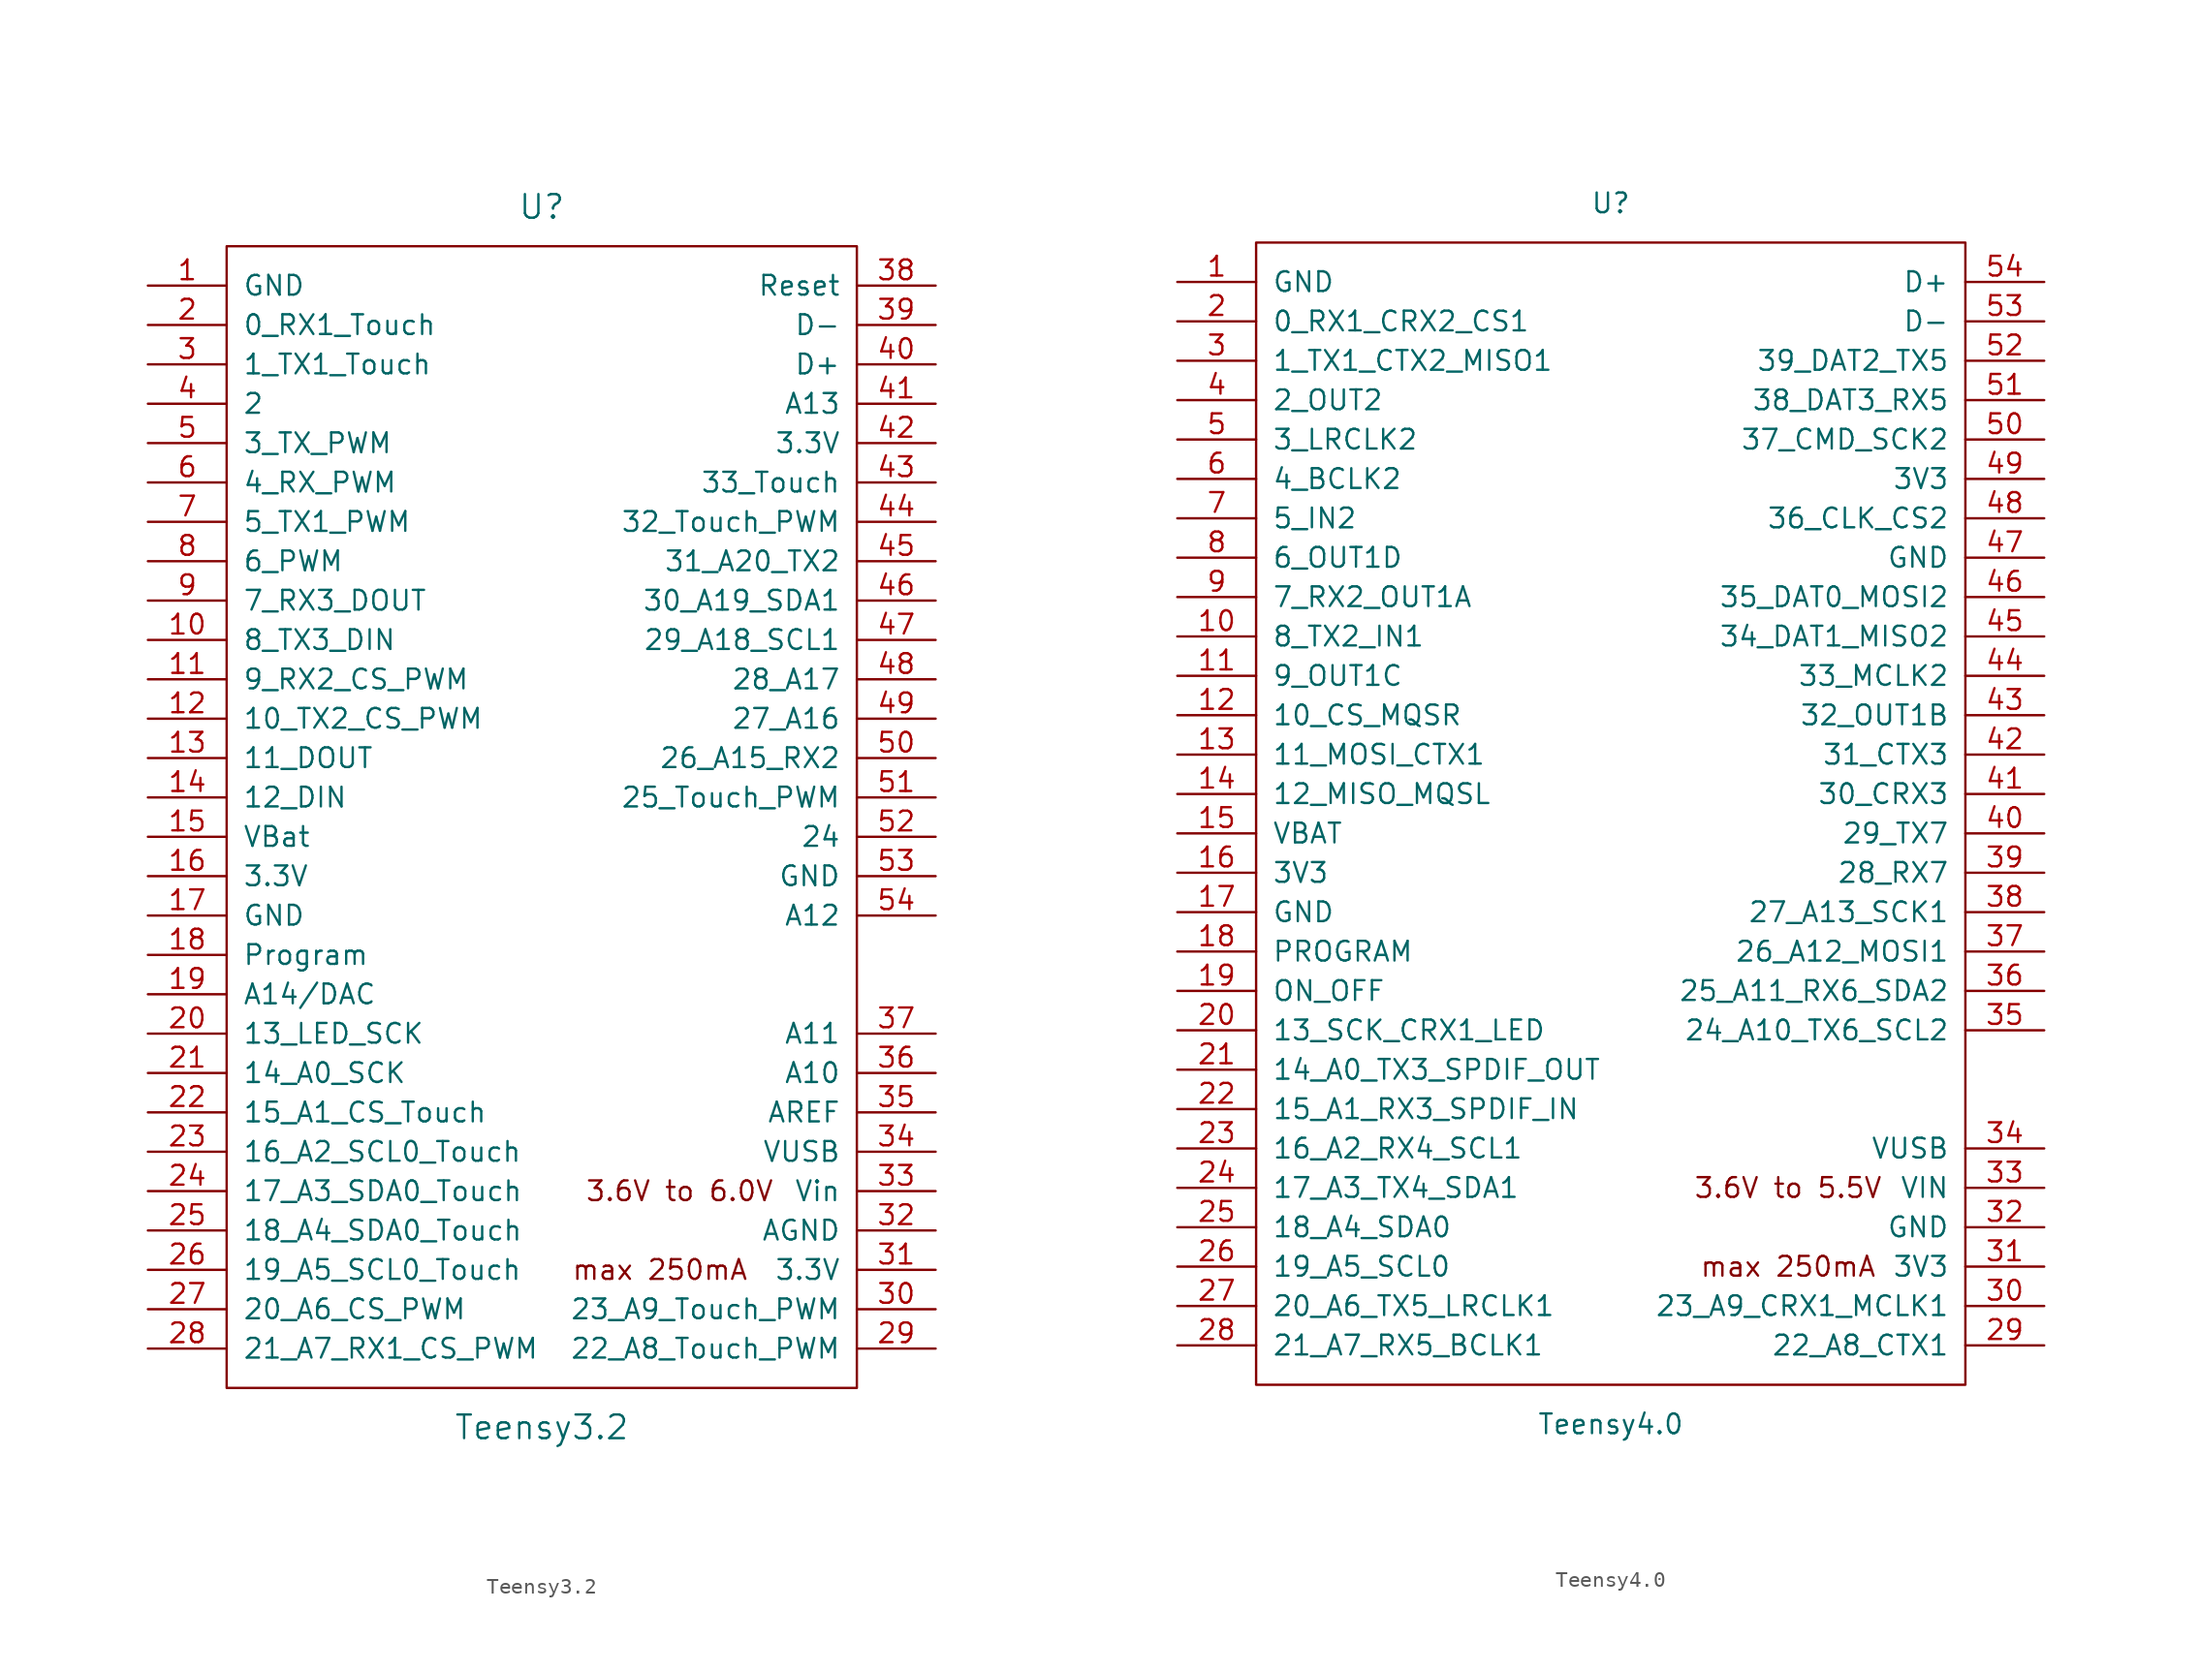
<source format=kicad_sym>
(kicad_symbol_lib
  (version 20231120)
  (generator "kicad_symbol_editor")
  (generator_version "8.0")
  (symbol "Teensy3.2"
    (pin_names
      (offset 1.016))
    (property "Reference" "U"
      (at 0 39.37 0)
      (effects (font (size 1.524 1.524))))
    (property "Value" "Teensy3.2"
      (at 0 -39.37 0)
      (effects (font (size 1.524 1.524))))
    (property "Footprint" ""
      (at 0 -19.05 0)
      (effects (font (size 1.524 1.524))))
    (property "Datasheet" ""
      (at 0 -19.05 0)
      (effects (font (size 1.524 1.524))))
    (symbol "Teensy3.2_0_0"
      (text "3.6V to 6.0V" (at 8.89 -24.13 0) (effects (font (size 1.27 1.27))))
      (text "max 250mA" (at 7.62 -29.21 0) (effects (font (size 1.27 1.27)))))
    (symbol "Teensy3.2_0_1"
      (rectangle (start -20.32 -36.83) (end 20.32 36.83) (stroke (width 0) (type solid)) (fill (type none))))
    (symbol "Teensy3.2_1_1"
      (pin power_in line (at -25.4 34.29 0) (length 5.08) (name "GND" (effects (font (size 1.27 1.27)))) (number "1" (effects (font (size 1.27 1.27)))))
      (pin bidirectional line (at -25.4 11.43 0) (length 5.08) (name "8_TX3_DIN" (effects (font (size 1.27 1.27)))) (number "10" (effects (font (size 1.27 1.27)))))
      (pin bidirectional line (at -25.4 8.89 0) (length 5.08) (name "9_RX2_CS_PWM" (effects (font (size 1.27 1.27)))) (number "11" (effects (font (size 1.27 1.27)))))
      (pin bidirectional line (at -25.4 6.35 0) (length 5.08) (name "10_TX2_CS_PWM" (effects (font (size 1.27 1.27)))) (number "12" (effects (font (size 1.27 1.27)))))
      (pin bidirectional line (at -25.4 3.81 0) (length 5.08) (name "11_DOUT" (effects (font (size 1.27 1.27)))) (number "13" (effects (font (size 1.27 1.27)))))
      (pin bidirectional line (at -25.4 1.27 0) (length 5.08) (name "12_DIN" (effects (font (size 1.27 1.27)))) (number "14" (effects (font (size 1.27 1.27)))))
      (pin power_in line (at -25.4 -1.27 0) (length 5.08) (name "VBat" (effects (font (size 1.27 1.27)))) (number "15" (effects (font (size 1.27 1.27)))))
      (pin power_out line (at -25.4 -3.81 0) (length 5.08) (name "3.3V" (effects (font (size 1.27 1.27)))) (number "16" (effects (font (size 1.27 1.27)))))
      (pin power_in line (at -25.4 -6.35 0) (length 5.08) (name "GND" (effects (font (size 1.27 1.27)))) (number "17" (effects (font (size 1.27 1.27)))))
      (pin input line (at -25.4 -8.89 0) (length 5.08) (name "Program" (effects (font (size 1.27 1.27)))) (number "18" (effects (font (size 1.27 1.27)))))
      (pin bidirectional line (at -25.4 -11.43 0) (length 5.08) (name "A14/DAC" (effects (font (size 1.27 1.27)))) (number "19" (effects (font (size 1.27 1.27)))))
      (pin bidirectional line (at -25.4 31.75 0) (length 5.08) (name "0_RX1_Touch" (effects (font (size 1.27 1.27)))) (number "2" (effects (font (size 1.27 1.27)))))
      (pin bidirectional line (at -25.4 -13.97 0) (length 5.08) (name "13_LED_SCK" (effects (font (size 1.27 1.27)))) (number "20" (effects (font (size 1.27 1.27)))))
      (pin bidirectional line (at -25.4 -16.51 0) (length 5.08) (name "14_A0_SCK" (effects (font (size 1.27 1.27)))) (number "21" (effects (font (size 1.27 1.27)))))
      (pin bidirectional line (at -25.4 -19.05 0) (length 5.08) (name "15_A1_CS_Touch" (effects (font (size 1.27 1.27)))) (number "22" (effects (font (size 1.27 1.27)))))
      (pin bidirectional line (at -25.4 -21.59 0) (length 5.08) (name "16_A2_SCL0_Touch" (effects (font (size 1.27 1.27)))) (number "23" (effects (font (size 1.27 1.27)))))
      (pin bidirectional line (at -25.4 -24.13 0) (length 5.08) (name "17_A3_SDA0_Touch" (effects (font (size 1.27 1.27)))) (number "24" (effects (font (size 1.27 1.27)))))
      (pin bidirectional line (at -25.4 -26.67 0) (length 5.08) (name "18_A4_SDA0_Touch" (effects (font (size 1.27 1.27)))) (number "25" (effects (font (size 1.27 1.27)))))
      (pin bidirectional line (at -25.4 -29.21 0) (length 5.08) (name "19_A5_SCL0_Touch" (effects (font (size 1.27 1.27)))) (number "26" (effects (font (size 1.27 1.27)))))
      (pin bidirectional line (at -25.4 -31.75 0) (length 5.08) (name "20_A6_CS_PWM" (effects (font (size 1.27 1.27)))) (number "27" (effects (font (size 1.27 1.27)))))
      (pin bidirectional line (at -25.4 -34.29 0) (length 5.08) (name "21_A7_RX1_CS_PWM" (effects (font (size 1.27 1.27)))) (number "28" (effects (font (size 1.27 1.27)))))
      (pin bidirectional line (at 25.4 -34.29 180) (length 5.08) (name "22_A8_Touch_PWM" (effects (font (size 1.27 1.27)))) (number "29" (effects (font (size 1.27 1.27)))))
      (pin bidirectional line (at -25.4 29.21 0) (length 5.08) (name "1_TX1_Touch" (effects (font (size 1.27 1.27)))) (number "3" (effects (font (size 1.27 1.27)))))
      (pin bidirectional line (at 25.4 -31.75 180) (length 5.08) (name "23_A9_Touch_PWM" (effects (font (size 1.27 1.27)))) (number "30" (effects (font (size 1.27 1.27)))))
      (pin power_out line (at 25.4 -29.21 180) (length 5.08) (name "3.3V" (effects (font (size 1.27 1.27)))) (number "31" (effects (font (size 1.27 1.27)))))
      (pin power_out line (at 25.4 -26.67 180) (length 5.08) (name "AGND" (effects (font (size 1.27 1.27)))) (number "32" (effects (font (size 1.27 1.27)))))
      (pin power_in line (at 25.4 -24.13 180) (length 5.08) (name "Vin" (effects (font (size 1.27 1.27)))) (number "33" (effects (font (size 1.27 1.27)))))
      (pin power_in line (at 25.4 -21.59 180) (length 5.08) (name "VUSB" (effects (font (size 1.27 1.27)))) (number "34" (effects (font (size 1.27 1.27)))))
      (pin input line (at 25.4 -19.05 180) (length 5.08) (name "AREF" (effects (font (size 1.27 1.27)))) (number "35" (effects (font (size 1.27 1.27)))))
      (pin bidirectional line (at 25.4 -16.51 180) (length 5.08) (name "A10" (effects (font (size 1.27 1.27)))) (number "36" (effects (font (size 1.27 1.27)))))
      (pin bidirectional line (at 25.4 -13.97 180) (length 5.08) (name "A11" (effects (font (size 1.27 1.27)))) (number "37" (effects (font (size 1.27 1.27)))))
      (pin input line (at 25.4 34.29 180) (length 5.08) (name "Reset" (effects (font (size 1.27 1.27)))) (number "38" (effects (font (size 1.27 1.27)))))
      (pin bidirectional line (at 25.4 31.75 180) (length 5.08) (name "D-" (effects (font (size 1.27 1.27)))) (number "39" (effects (font (size 1.27 1.27)))))
      (pin bidirectional line (at -25.4 26.67 0) (length 5.08) (name "2" (effects (font (size 1.27 1.27)))) (number "4" (effects (font (size 1.27 1.27)))))
      (pin bidirectional line (at 25.4 29.21 180) (length 5.08) (name "D+" (effects (font (size 1.27 1.27)))) (number "40" (effects (font (size 1.27 1.27)))))
      (pin bidirectional line (at 25.4 26.67 180) (length 5.08) (name "A13" (effects (font (size 1.27 1.27)))) (number "41" (effects (font (size 1.27 1.27)))))
      (pin power_out line (at 25.4 24.13 180) (length 5.08) (name "3.3V" (effects (font (size 1.27 1.27)))) (number "42" (effects (font (size 1.27 1.27)))))
      (pin bidirectional line (at 25.4 21.59 180) (length 5.08) (name "33_Touch" (effects (font (size 1.27 1.27)))) (number "43" (effects (font (size 1.27 1.27)))))
      (pin bidirectional line (at 25.4 19.05 180) (length 5.08) (name "32_Touch_PWM" (effects (font (size 1.27 1.27)))) (number "44" (effects (font (size 1.27 1.27)))))
      (pin bidirectional line (at 25.4 16.51 180) (length 5.08) (name "31_A20_TX2" (effects (font (size 1.27 1.27)))) (number "45" (effects (font (size 1.27 1.27)))))
      (pin bidirectional line (at 25.4 13.97 180) (length 5.08) (name "30_A19_SDA1" (effects (font (size 1.27 1.27)))) (number "46" (effects (font (size 1.27 1.27)))))
      (pin bidirectional line (at 25.4 11.43 180) (length 5.08) (name "29_A18_SCL1" (effects (font (size 1.27 1.27)))) (number "47" (effects (font (size 1.27 1.27)))))
      (pin bidirectional line (at 25.4 8.89 180) (length 5.08) (name "28_A17" (effects (font (size 1.27 1.27)))) (number "48" (effects (font (size 1.27 1.27)))))
      (pin bidirectional line (at 25.4 6.35 180) (length 5.08) (name "27_A16" (effects (font (size 1.27 1.27)))) (number "49" (effects (font (size 1.27 1.27)))))
      (pin bidirectional line (at -25.4 24.13 0) (length 5.08) (name "3_TX_PWM" (effects (font (size 1.27 1.27)))) (number "5" (effects (font (size 1.27 1.27)))))
      (pin bidirectional line (at 25.4 3.81 180) (length 5.08) (name "26_A15_RX2" (effects (font (size 1.27 1.27)))) (number "50" (effects (font (size 1.27 1.27)))))
      (pin bidirectional line (at 25.4 1.27 180) (length 5.08) (name "25_Touch_PWM" (effects (font (size 1.27 1.27)))) (number "51" (effects (font (size 1.27 1.27)))))
      (pin bidirectional line (at 25.4 -1.27 180) (length 5.08) (name "24" (effects (font (size 1.27 1.27)))) (number "52" (effects (font (size 1.27 1.27)))))
      (pin power_in line (at 25.4 -3.81 180) (length 5.08) (name "GND" (effects (font (size 1.27 1.27)))) (number "53" (effects (font (size 1.27 1.27)))))
      (pin bidirectional line (at 25.4 -6.35 180) (length 5.08) (name "A12" (effects (font (size 1.27 1.27)))) (number "54" (effects (font (size 1.27 1.27)))))
      (pin bidirectional line (at -25.4 21.59 0) (length 5.08) (name "4_RX_PWM" (effects (font (size 1.27 1.27)))) (number "6" (effects (font (size 1.27 1.27)))))
      (pin bidirectional line (at -25.4 19.05 0) (length 5.08) (name "5_TX1_PWM" (effects (font (size 1.27 1.27)))) (number "7" (effects (font (size 1.27 1.27)))))
      (pin bidirectional line (at -25.4 16.51 0) (length 5.08) (name "6_PWM" (effects (font (size 1.27 1.27)))) (number "8" (effects (font (size 1.27 1.27)))))
      (pin bidirectional line (at -25.4 13.97 0) (length 5.08) (name "7_RX3_DOUT" (effects (font (size 1.27 1.27)))) (number "9" (effects (font (size 1.27 1.27)))))))
  (symbol "Teensy4.0"
    (pin_names
      (offset 1.016))
    (property "Reference" "U"
      (at 0 39.37 0)
      (effects (font (size 1.27 1.27))))
    (property "Value" "Teensy4.0"
      (at 0 -39.37 0)
      (effects (font (size 1.27 1.27))))
    (symbol "Teensy4.0_0_0"
      (text "3.6V to 5.5V" (at 11.43 -24.13 0) (effects (font (size 1.27 1.27))))
      (text "max 250mA" (at 11.43 -29.21 0) (effects (font (size 1.27 1.27))))
      (pin bidirectional line (at -27.94 11.43 0) (length 5.08) (name "8_TX2_IN1" (effects (font (size 1.27 1.27)))) (number "10" (effects (font (size 1.27 1.27)))))
      (pin bidirectional line (at -27.94 8.89 0) (length 5.08) (name "9_OUT1C" (effects (font (size 1.27 1.27)))) (number "11" (effects (font (size 1.27 1.27)))))
      (pin bidirectional line (at -27.94 6.35 0) (length 5.08) (name "10_CS_MQSR" (effects (font (size 1.27 1.27)))) (number "12" (effects (font (size 1.27 1.27)))))
      (pin bidirectional line (at -27.94 3.81 0) (length 5.08) (name "11_MOSI_CTX1" (effects (font (size 1.27 1.27)))) (number "13" (effects (font (size 1.27 1.27)))))
      (pin bidirectional line (at -27.94 1.27 0) (length 5.08) (name "12_MISO_MQSL" (effects (font (size 1.27 1.27)))) (number "14" (effects (font (size 1.27 1.27)))))
      (pin power_in line (at -27.94 -1.27 0) (length 5.08) (name "VBAT" (effects (font (size 1.27 1.27)))) (number "15" (effects (font (size 1.27 1.27)))))
      (pin power_in line (at -27.94 -3.81 0) (length 5.08) (name "3V3" (effects (font (size 1.27 1.27)))) (number "16" (effects (font (size 1.27 1.27)))))
      (pin power_in line (at -27.94 -6.35 0) (length 5.08) (name "GND" (effects (font (size 1.27 1.27)))) (number "17" (effects (font (size 1.27 1.27)))))
      (pin input line (at -27.94 -8.89 0) (length 5.08) (name "PROGRAM" (effects (font (size 1.27 1.27)))) (number "18" (effects (font (size 1.27 1.27)))))
      (pin input line (at -27.94 -11.43 0) (length 5.08) (name "ON_OFF" (effects (font (size 1.27 1.27)))) (number "19" (effects (font (size 1.27 1.27)))))
      (pin bidirectional line (at -27.94 -13.97 0) (length 5.08) (name "13_SCK_CRX1_LED" (effects (font (size 1.27 1.27)))) (number "20" (effects (font (size 1.27 1.27)))))
      (pin bidirectional line (at -27.94 -16.51 0) (length 5.08) (name "14_A0_TX3_SPDIF_OUT" (effects (font (size 1.27 1.27)))) (number "21" (effects (font (size 1.27 1.27)))))
      (pin bidirectional line (at -27.94 -19.05 0) (length 5.08) (name "15_A1_RX3_SPDIF_IN" (effects (font (size 1.27 1.27)))) (number "22" (effects (font (size 1.27 1.27)))))
      (pin bidirectional line (at -27.94 -21.59 0) (length 5.08) (name "16_A2_RX4_SCL1" (effects (font (size 1.27 1.27)))) (number "23" (effects (font (size 1.27 1.27)))))
      (pin bidirectional line (at -27.94 -24.13 0) (length 5.08) (name "17_A3_TX4_SDA1" (effects (font (size 1.27 1.27)))) (number "24" (effects (font (size 1.27 1.27)))))
      (pin bidirectional line (at -27.94 -26.67 0) (length 5.08) (name "18_A4_SDA0" (effects (font (size 1.27 1.27)))) (number "25" (effects (font (size 1.27 1.27)))))
      (pin bidirectional line (at -27.94 -29.21 0) (length 5.08) (name "19_A5_SCL0" (effects (font (size 1.27 1.27)))) (number "26" (effects (font (size 1.27 1.27)))))
      (pin bidirectional line (at -27.94 -31.75 0) (length 5.08) (name "20_A6_TX5_LRCLK1" (effects (font (size 1.27 1.27)))) (number "27" (effects (font (size 1.27 1.27)))))
      (pin bidirectional line (at -27.94 -34.29 0) (length 5.08) (name "21_A7_RX5_BCLK1" (effects (font (size 1.27 1.27)))) (number "28" (effects (font (size 1.27 1.27)))))
      (pin bidirectional line (at 27.94 -34.29 180) (length 5.08) (name "22_A8_CTX1" (effects (font (size 1.27 1.27)))) (number "29" (effects (font (size 1.27 1.27)))))
      (pin bidirectional line (at 27.94 -31.75 180) (length 5.08) (name "23_A9_CRX1_MCLK1" (effects (font (size 1.27 1.27)))) (number "30" (effects (font (size 1.27 1.27)))))
      (pin power_out line (at 27.94 -29.21 180) (length 5.08) (name "3V3" (effects (font (size 1.27 1.27)))) (number "31" (effects (font (size 1.27 1.27)))))
      (pin power_in line (at 27.94 -26.67 180) (length 5.08) (name "GND" (effects (font (size 1.27 1.27)))) (number "32" (effects (font (size 1.27 1.27)))))
      (pin power_in line (at 27.94 -24.13 180) (length 5.08) (name "VIN" (effects (font (size 1.27 1.27)))) (number "33" (effects (font (size 1.27 1.27)))))
      (pin power_out line (at 27.94 -21.59 180) (length 5.08) (name "VUSB" (effects (font (size 1.27 1.27)))) (number "34" (effects (font (size 1.27 1.27)))))
      (pin bidirectional line (at 27.94 -13.97 180) (length 5.08) (name "24_A10_TX6_SCL2" (effects (font (size 1.27 1.27)))) (number "35" (effects (font (size 1.27 1.27)))))
      (pin bidirectional line (at 27.94 -11.43 180) (length 5.08) (name "25_A11_RX6_SDA2" (effects (font (size 1.27 1.27)))) (number "36" (effects (font (size 1.27 1.27)))))
      (pin bidirectional line (at 27.94 -8.89 180) (length 5.08) (name "26_A12_MOSI1" (effects (font (size 1.27 1.27)))) (number "37" (effects (font (size 1.27 1.27)))))
      (pin bidirectional line (at 27.94 -6.35 180) (length 5.08) (name "27_A13_SCK1" (effects (font (size 1.27 1.27)))) (number "38" (effects (font (size 1.27 1.27)))))
      (pin bidirectional line (at 27.94 -3.81 180) (length 5.08) (name "28_RX7" (effects (font (size 1.27 1.27)))) (number "39" (effects (font (size 1.27 1.27)))))
      (pin bidirectional line (at 27.94 -1.27 180) (length 5.08) (name "29_TX7" (effects (font (size 1.27 1.27)))) (number "40" (effects (font (size 1.27 1.27)))))
      (pin bidirectional line (at 27.94 1.27 180) (length 5.08) (name "30_CRX3" (effects (font (size 1.27 1.27)))) (number "41" (effects (font (size 1.27 1.27)))))
      (pin bidirectional line (at 27.94 3.81 180) (length 5.08) (name "31_CTX3" (effects (font (size 1.27 1.27)))) (number "42" (effects (font (size 1.27 1.27)))))
      (pin bidirectional line (at 27.94 6.35 180) (length 5.08) (name "32_OUT1B" (effects (font (size 1.27 1.27)))) (number "43" (effects (font (size 1.27 1.27)))))
      (pin bidirectional line (at 27.94 8.89 180) (length 5.08) (name "33_MCLK2" (effects (font (size 1.27 1.27)))) (number "44" (effects (font (size 1.27 1.27)))))
      (pin bidirectional line (at 27.94 11.43 180) (length 5.08) (name "34_DAT1_MISO2" (effects (font (size 1.27 1.27)))) (number "45" (effects (font (size 1.27 1.27)))))
      (pin bidirectional line (at 27.94 13.97 180) (length 5.08) (name "35_DAT0_MOSI2" (effects (font (size 1.27 1.27)))) (number "46" (effects (font (size 1.27 1.27)))))
      (pin power_out line (at 27.94 16.51 180) (length 5.08) (name "GND" (effects (font (size 1.27 1.27)))) (number "47" (effects (font (size 1.27 1.27)))))
      (pin bidirectional line (at 27.94 19.05 180) (length 5.08) (name "36_CLK_CS2" (effects (font (size 1.27 1.27)))) (number "48" (effects (font (size 1.27 1.27)))))
      (pin power_out line (at 27.94 21.59 180) (length 5.08) (name "3V3" (effects (font (size 1.27 1.27)))) (number "49" (effects (font (size 1.27 1.27)))))
      (pin bidirectional line (at -27.94 24.13 0) (length 5.08) (name "3_LRCLK2" (effects (font (size 1.27 1.27)))) (number "5" (effects (font (size 1.27 1.27)))))
      (pin bidirectional line (at 27.94 24.13 180) (length 5.08) (name "37_CMD_SCK2" (effects (font (size 1.27 1.27)))) (number "50" (effects (font (size 1.27 1.27)))))
      (pin bidirectional line (at 27.94 26.67 180) (length 5.08) (name "38_DAT3_RX5" (effects (font (size 1.27 1.27)))) (number "51" (effects (font (size 1.27 1.27)))))
      (pin bidirectional line (at 27.94 29.21 180) (length 5.08) (name "39_DAT2_TX5" (effects (font (size 1.27 1.27)))) (number "52" (effects (font (size 1.27 1.27)))))
      (pin bidirectional line (at 27.94 31.75 180) (length 5.08) (name "D-" (effects (font (size 1.27 1.27)))) (number "53" (effects (font (size 1.27 1.27)))))
      (pin bidirectional line (at 27.94 34.29 180) (length 5.08) (name "D+" (effects (font (size 1.27 1.27)))) (number "54" (effects (font (size 1.27 1.27)))))
      (pin bidirectional line (at -27.94 21.59 0) (length 5.08) (name "4_BCLK2" (effects (font (size 1.27 1.27)))) (number "6" (effects (font (size 1.27 1.27)))))
      (pin bidirectional line (at -27.94 19.05 0) (length 5.08) (name "5_IN2" (effects (font (size 1.27 1.27)))) (number "7" (effects (font (size 1.27 1.27)))))
      (pin bidirectional line (at -27.94 16.51 0) (length 5.08) (name "6_OUT1D" (effects (font (size 1.27 1.27)))) (number "8" (effects (font (size 1.27 1.27)))))
      (pin bidirectional line (at -27.94 13.97 0) (length 5.08) (name "7_RX2_OUT1A" (effects (font (size 1.27 1.27)))) (number "9" (effects (font (size 1.27 1.27))))))
    (symbol "Teensy4.0_0_1"
      (rectangle (start -22.86 36.83) (end 22.86 -36.83) (stroke (width 0) (type solid)) (fill (type none)))
      (rectangle (start -20.32 -31.75) (end -20.32 -31.75) (stroke (width 0) (type solid)) (fill (type none))))
    (symbol "Teensy4.0_1_1"
      (pin power_in line (at -27.94 34.29 0) (length 5.08) (name "GND" (effects (font (size 1.27 1.27)))) (number "1" (effects (font (size 1.27 1.27)))))
      (pin bidirectional line (at -27.94 31.75 0) (length 5.08) (name "0_RX1_CRX2_CS1" (effects (font (size 1.27 1.27)))) (number "2" (effects (font (size 1.27 1.27)))))
      (pin bidirectional line (at -27.94 29.21 0) (length 5.08) (name "1_TX1_CTX2_MISO1" (effects (font (size 1.27 1.27)))) (number "3" (effects (font (size 1.27 1.27)))))
      (pin bidirectional line (at -27.94 26.67 0) (length 5.08) (name "2_OUT2" (effects (font (size 1.27 1.27)))) (number "4" (effects (font (size 1.27 1.27))))))))
</source>
